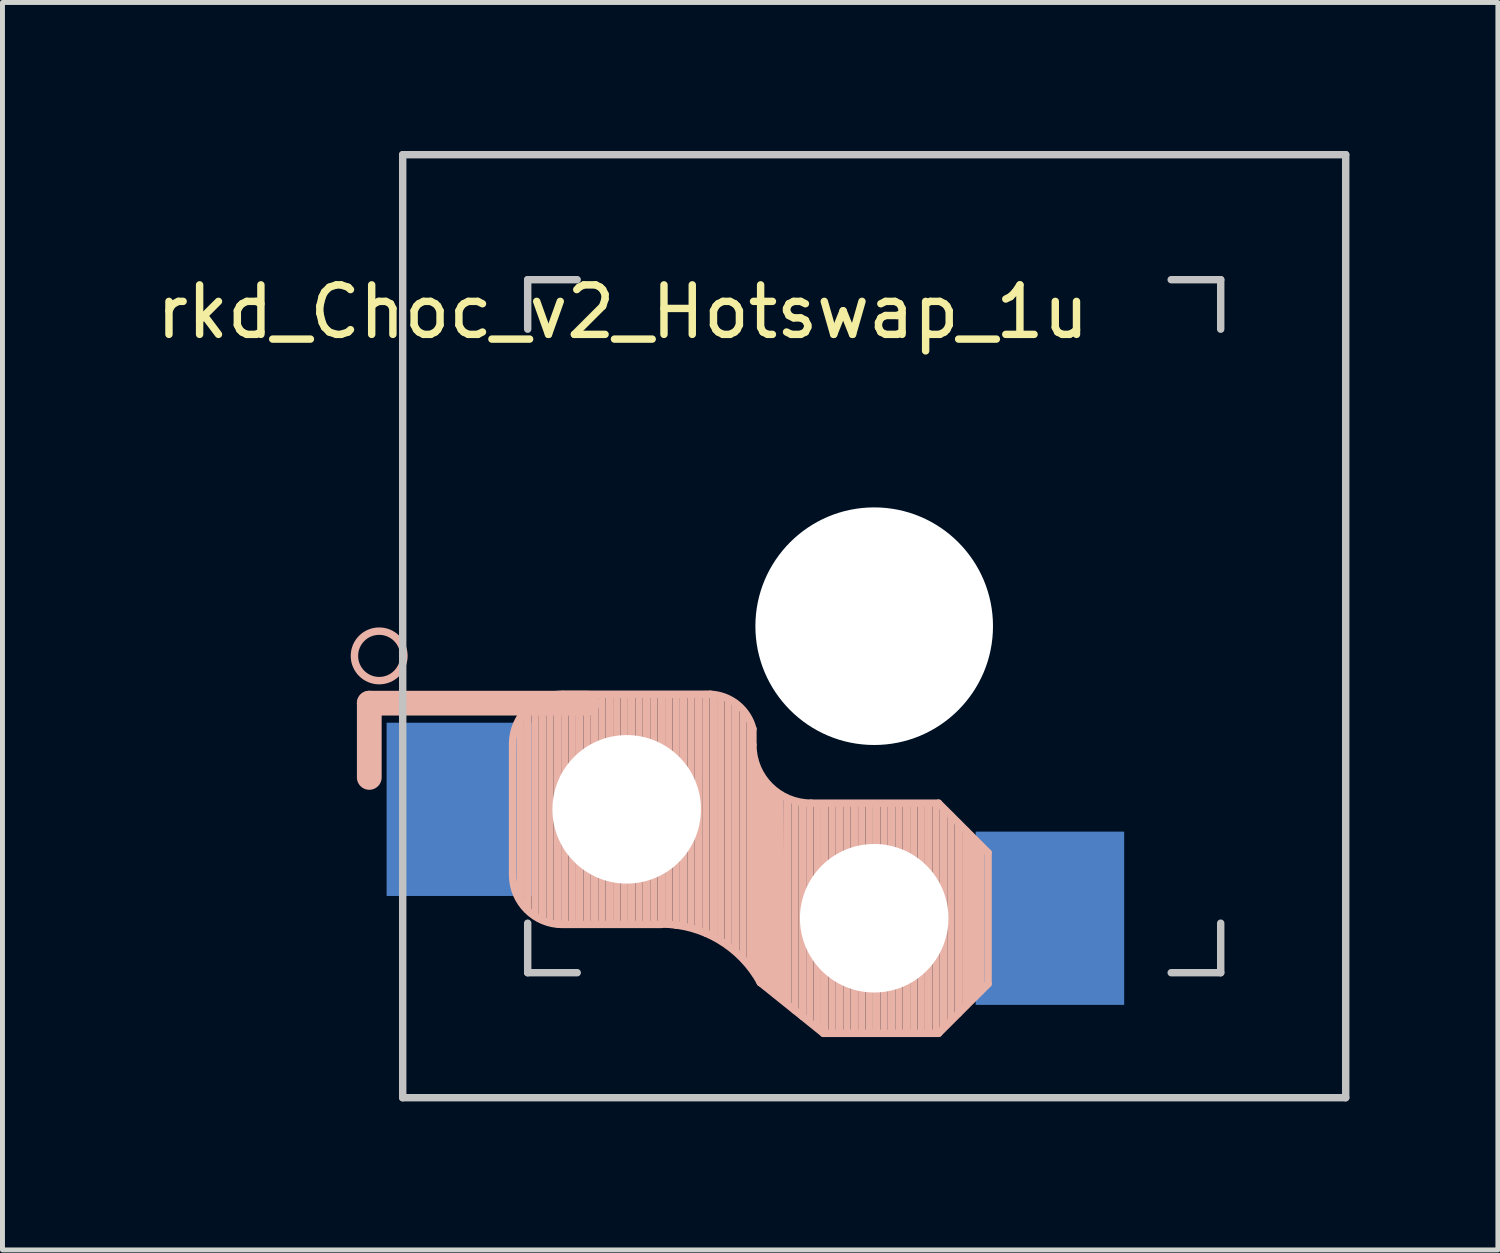
<source format=kicad_pcb>
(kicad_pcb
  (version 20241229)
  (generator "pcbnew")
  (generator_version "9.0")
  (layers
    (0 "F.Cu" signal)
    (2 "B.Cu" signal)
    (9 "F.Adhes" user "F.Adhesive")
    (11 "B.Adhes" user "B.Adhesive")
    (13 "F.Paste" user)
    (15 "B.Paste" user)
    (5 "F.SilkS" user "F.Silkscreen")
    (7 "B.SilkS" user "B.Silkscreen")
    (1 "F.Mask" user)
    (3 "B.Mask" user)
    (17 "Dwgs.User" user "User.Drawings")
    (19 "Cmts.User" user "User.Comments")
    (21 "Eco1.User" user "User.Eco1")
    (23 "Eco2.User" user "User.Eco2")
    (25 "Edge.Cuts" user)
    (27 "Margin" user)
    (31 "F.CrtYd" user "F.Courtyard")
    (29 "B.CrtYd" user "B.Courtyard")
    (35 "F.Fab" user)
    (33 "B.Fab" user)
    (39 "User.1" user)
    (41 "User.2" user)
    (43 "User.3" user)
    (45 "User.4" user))
  (footprint "rkd_Choc_v2_Hotswap_1u"
    (layer "F.Cu")
    (at 14.61 9.6)
    (property "Reference" "rkd_Choc_v2_Hotswap_1u" (at -5.08 -6.35 180) (layer "F.SilkS") (effects (font (size 1 1) (thickness 0.15))))
    (attr through_hole)
    (fp_line (start -10.2 1.555) (end -10.2 3.055) (stroke (width 0.5) (type default)) (layer "B.SilkS"))
    (fp_line (start -7.305 2.375) (end -7.305 5.025) (stroke (width 0.15) (type solid)) (layer "B.SilkS"))
    (fp_line (start -7.15 5.53) (end -7.15 1.85) (stroke (width 0.15) (type solid)) (layer "B.SilkS"))
    (fp_line (start -7 5.7) (end -7 1.73) (stroke (width 0.15) (type solid)) (layer "B.SilkS"))
    (fp_line (start -6.85 5.84) (end -6.85 1.7) (stroke (width 0.15) (type solid)) (layer "B.SilkS"))
    (fp_line (start -6.7 5.92) (end -6.7 1.8) (stroke (width 0.15) (type solid)) (layer "B.SilkS"))
    (fp_line (start -6.55 5.97) (end -6.55 1.65) (stroke (width 0.15) (type solid)) (layer "B.SilkS"))
    (fp_line (start -6.4 6.01) (end -6.4 1.5) (stroke (width 0.15) (type solid)) (layer "B.SilkS"))
    (fp_line (start -6.25 6) (end -6.25 1.4) (stroke (width 0.15) (type solid)) (layer "B.SilkS"))
    (fp_line (start -6.1 6) (end -6.1 1.4) (stroke (width 0.15) (type solid)) (layer "B.SilkS"))
    (fp_line (start -5.95 6) (end -5.95 1.4) (stroke (width 0.15) (type solid)) (layer "B.SilkS"))
    (fp_line (start -5.8 1.555) (end -10.2 1.555) (stroke (width 0.5) (type default)) (layer "B.SilkS"))
    (fp_line (start -5.8 6) (end -5.8 1.4) (stroke (width 0.15) (type solid)) (layer "B.SilkS"))
    (fp_line (start -5.65 6) (end -5.65 1.4) (stroke (width 0.15) (type solid)) (layer "B.SilkS"))
    (fp_line (start -5.5 6) (end -5.5 1.4) (stroke (width 0.15) (type solid)) (layer "B.SilkS"))
    (fp_line (start -5.35 6) (end -5.35 1.4) (stroke (width 0.15) (type solid)) (layer "B.SilkS"))
    (fp_line (start -5.2 6) (end -5.2 1.4) (stroke (width 0.15) (type solid)) (layer "B.SilkS"))
    (fp_line (start -5.05 6) (end -5.05 1.4) (stroke (width 0.15) (type solid)) (layer "B.SilkS"))
    (fp_line (start -4.9 6) (end -4.9 1.4) (stroke (width 0.15) (type solid)) (layer "B.SilkS"))
    (fp_line (start -4.75 6) (end -4.75 1.4) (stroke (width 0.15) (type solid)) (layer "B.SilkS"))
    (fp_line (start -4.6 6) (end -4.6 1.4) (stroke (width 0.15) (type solid)) (layer "B.SilkS"))
    (fp_line (start -4.45 6) (end -4.45 1.4) (stroke (width 0.15) (type solid)) (layer "B.SilkS"))
    (fp_line (start -4.3 6) (end -4.3 1.4) (stroke (width 0.15) (type solid)) (layer "B.SilkS"))
    (fp_line (start -4.3 6.025) (end -6.275 6.025) (stroke (width 0.15) (type solid)) (layer "B.SilkS"))
    (fp_line (start -4.15 6) (end -4.15 1.45) (stroke (width 0.15) (type solid)) (layer "B.SilkS"))
    (fp_line (start -4 6.04) (end -4 1.4) (stroke (width 0.15) (type solid)) (layer "B.SilkS"))
    (fp_line (start -3.85 6.05) (end -3.85 1.4) (stroke (width 0.15) (type solid)) (layer "B.SilkS"))
    (fp_line (start -3.7 6.05) (end -3.7 1.45) (stroke (width 0.15) (type solid)) (layer "B.SilkS"))
    (fp_line (start -3.55 6.1) (end -3.55 1.39) (stroke (width 0.15) (type solid)) (layer "B.SilkS"))
    (fp_line (start -3.4 6.2) (end -3.4 1.38) (stroke (width 0.15) (type solid)) (layer "B.SilkS"))
    (fp_line (start -3.311 1.375) (end -6.275 1.375) (stroke (width 0.15) (type solid)) (layer "B.SilkS"))
    (fp_line (start -3.25 6.25) (end -3.25 1.4) (stroke (width 0.15) (type solid)) (layer "B.SilkS"))
    (fp_line (start -3.1 6.35) (end -3.1 1.43) (stroke (width 0.15) (type solid)) (layer "B.SilkS"))
    (fp_line (start -2.95 6.45) (end -2.95 1.48) (stroke (width 0.15) (type solid)) (layer "B.SilkS"))
    (fp_line (start -2.8 6.55) (end -2.8 1.56) (stroke (width 0.15) (type solid)) (layer "B.SilkS"))
    (fp_line (start -2.65 6.7) (end -2.65 1.75) (stroke (width 0.15) (type solid)) (layer "B.SilkS"))
    (fp_line (start -2.5 6.85) (end -2.5 1.95) (stroke (width 0.15) (type solid)) (layer "B.SilkS"))
    (fp_line (start -2.45 2.4) (end -2.45 2.077) (stroke (width 0.15) (type default)) (layer "B.SilkS"))
    (fp_line (start -2.4 7.02) (end -2.4 2.9) (stroke (width 0.15) (type solid)) (layer "B.SilkS"))
    (fp_line (start -2.3 7.2) (end -2.3 3.05) (stroke (width 0.15) (type solid)) (layer "B.SilkS"))
    (fp_line (start -2.3 7.2) (end -1.025 8.225) (stroke (width 0.15) (type solid)) (layer "B.SilkS"))
    (fp_line (start -2.2 7.27) (end -2.2 3.25) (stroke (width 0.15) (type solid)) (layer "B.SilkS"))
    (fp_line (start -2.1 7.35) (end -2.1 3.35) (stroke (width 0.15) (type solid)) (layer "B.SilkS"))
    (fp_line (start -2 7.43) (end -2 3.4) (stroke (width 0.15) (type solid)) (layer "B.SilkS"))
    (fp_line (start -1.89 7.52) (end -1.9 3.45) (stroke (width 0.15) (type solid)) (layer "B.SilkS"))
    (fp_line (start -1.75 7.62) (end -1.75 3.5) (stroke (width 0.15) (type solid)) (layer "B.SilkS"))
    (fp_line (start -1.6 7.76) (end -1.6 3.6) (stroke (width 0.15) (type solid)) (layer "B.SilkS"))
    (fp_line (start -1.45 7.88) (end -1.45 3.6) (stroke (width 0.15) (type solid)) (layer "B.SilkS"))
    (fp_line (start -1.3 7.99) (end -1.3 3.6) (stroke (width 0.15) (type solid)) (layer "B.SilkS"))
    (fp_line (start -1.15 8.11) (end -1.15 3.65) (stroke (width 0.15) (type solid)) (layer "B.SilkS"))
    (fp_line (start -1 8.2) (end -1 3.6) (stroke (width 0.15) (type solid)) (layer "B.SilkS"))
    (fp_line (start -0.85 8.2) (end -0.85 3.6) (stroke (width 0.15) (type solid)) (layer "B.SilkS"))
    (fp_line (start -0.7 8.2) (end -0.7 3.6) (stroke (width 0.15) (type solid)) (layer "B.SilkS"))
    (fp_line (start -0.55 8.2) (end -0.55 3.6) (stroke (width 0.15) (type solid)) (layer "B.SilkS"))
    (fp_line (start -0.4 8.2) (end -0.4 3.6) (stroke (width 0.15) (type solid)) (layer "B.SilkS"))
    (fp_line (start -0.25 8.2) (end -0.25 3.6) (stroke (width 0.15) (type solid)) (layer "B.SilkS"))
    (fp_line (start -0.1 8.2) (end -0.1 3.6) (stroke (width 0.15) (type solid)) (layer "B.SilkS"))
    (fp_line (start 0.05 8.2) (end 0.05 3.6) (stroke (width 0.15) (type solid)) (layer "B.SilkS"))
    (fp_line (start 0.2 8.2) (end 0.2 3.6) (stroke (width 0.15) (type solid)) (layer "B.SilkS"))
    (fp_line (start 0.35 8.2) (end 0.35 3.6) (stroke (width 0.15) (type solid)) (layer "B.SilkS"))
    (fp_line (start 0.5 8.2) (end 0.5 3.6) (stroke (width 0.15) (type solid)) (layer "B.SilkS"))
    (fp_line (start 0.65 8.2) (end 0.65 3.6) (stroke (width 0.15) (type solid)) (layer "B.SilkS"))
    (fp_line (start 0.8 8.2) (end 0.8 3.6) (stroke (width 0.15) (type solid)) (layer "B.SilkS"))
    (fp_line (start 0.95 8.2) (end 0.95 3.6) (stroke (width 0.15) (type solid)) (layer "B.SilkS"))
    (fp_line (start 1.1 8.2) (end 1.1 3.6) (stroke (width 0.15) (type solid)) (layer "B.SilkS"))
    (fp_line (start 1.25 8.2) (end 1.25 3.6) (stroke (width 0.15) (type solid)) (layer "B.SilkS"))
    (fp_line (start 1.3 3.575) (end -1.275 3.575) (stroke (width 0.15) (type solid)) (layer "B.SilkS"))
    (fp_line (start 1.3 8.225) (end -1.025 8.225) (stroke (width 0.15) (type solid)) (layer "B.SilkS"))
    (fp_line (start 1.4 8.09) (end 1.4 3.7) (stroke (width 0.15) (type solid)) (layer "B.SilkS"))
    (fp_line (start 1.55 7.95) (end 1.55 3.83) (stroke (width 0.15) (type solid)) (layer "B.SilkS"))
    (fp_line (start 1.7 7.82) (end 1.7 3.99) (stroke (width 0.15) (type solid)) (layer "B.SilkS"))
    (fp_line (start 1.85 7.66) (end 1.85 4.13) (stroke (width 0.15) (type solid)) (layer "B.SilkS"))
    (fp_line (start 1.95 7.56) (end 1.95 4.23) (stroke (width 0.15) (type solid)) (layer "B.SilkS"))
    (fp_line (start 2.05 7.45) (end 2.05 4.33) (stroke (width 0.15) (type solid)) (layer "B.SilkS"))
    (fp_line (start 2.15 7.37) (end 2.15 4.44) (stroke (width 0.15) (type solid)) (layer "B.SilkS"))
    (fp_line (start 2.3 4.575) (end 1.3 3.575) (stroke (width 0.15) (type solid)) (layer "B.SilkS"))
    (fp_line (start 2.3 4.575) (end 2.3 7.225) (stroke (width 0.15) (type solid)) (layer "B.SilkS"))
    (fp_line (start 2.3 7.225) (end 1.3 8.225) (stroke (width 0.15) (type solid)) (layer "B.SilkS"))
    (fp_arc (start -7.305 2.375) (mid -7.012107 1.667893) (end -6.305 1.375) (stroke (width 0.15) (type solid)) (layer "B.SilkS"))
    (fp_arc (start -6.305 6.025) (mid -7.012107 5.732107) (end -7.305 5.025) (stroke (width 0.15) (type solid)) (layer "B.SilkS"))
    (fp_arc (start -4.3 6.017458) (mid -3.138277 6.335211) (end -2.3 7.2) (stroke (width 0.15) (type solid)) (layer "B.SilkS"))
    (fp_arc (start -3.311204 1.375) (mid -2.763915 1.58277) (end -2.45 2.076887) (stroke (width 0.15) (type solid)) (layer "B.SilkS"))
    (fp_arc (start -1.275 3.575) (mid -2.10585 3.23085) (end -2.45 2.4) (stroke (width 0.15) (type solid)) (layer "B.SilkS"))
    (fp_circle (center -10 0.6) (end -9.5 0.6) (stroke (width 0.15) (type default)) (fill no) (layer "B.SilkS"))
    (fp_line (start -9.525 -9.525) (end 9.525 -9.525) (stroke (width 0.15) (type solid)) (layer "Dwgs.User"))
    (fp_line (start -9.525 9.525) (end -9.525 -9.525) (stroke (width 0.15) (type solid)) (layer "Dwgs.User"))
    (fp_line (start -7 -7) (end -6 -7) (stroke (width 0.15) (type solid)) (layer "Dwgs.User"))
    (fp_line (start -7 -6) (end -7 -7) (stroke (width 0.15) (type solid)) (layer "Dwgs.User"))
    (fp_line (start -7 7) (end -7 6) (stroke (width 0.15) (type solid)) (layer "Dwgs.User"))
    (fp_line (start -6 7) (end -7 7) (stroke (width 0.15) (type solid)) (layer "Dwgs.User"))
    (fp_line (start 6 7) (end 7 7) (stroke (width 0.15) (type solid)) (layer "Dwgs.User"))
    (fp_line (start 7 -7) (end 6 -7) (stroke (width 0.15) (type solid)) (layer "Dwgs.User"))
    (fp_line (start 7 -6) (end 7 -7) (stroke (width 0.15) (type solid)) (layer "Dwgs.User"))
    (fp_line (start 7 7) (end 7 6) (stroke (width 0.15) (type solid)) (layer "Dwgs.User"))
    (fp_line (start 9.525 -9.525) (end 9.525 9.525) (stroke (width 0.15) (type solid)) (layer "Dwgs.User"))
    (fp_line (start 9.525 9.525) (end -9.525 9.525) (stroke (width 0.15) (type solid)) (layer "Dwgs.User"))
    (pad "" np_thru_hole circle (at -5 3.7 90) (size 3 3) (drill 3) (layers "*.Cu" "*.Mask"))
    (pad "" np_thru_hole circle (at 0 0 90) (size 4.8 4.8) (drill 4.8) (layers "*.Cu" "*.Mask"))
    (pad "" np_thru_hole circle (at 0 5.9 90) (size 3 3) (drill 3) (layers "*.Cu" "*.Mask"))
    (pad "1" smd rect (at -8.35 3.7 180) (size 3 3.5) (layers "B.Cu" "B.Mask" "B.Paste"))
    (pad "2" smd rect (at 3.55 5.9 180) (size 3 3.5) (layers "B.Cu" "B.Mask" "B.Paste")))
  (gr_rect
    (start -3 -3)
    (end 27.21 22.2)
    (stroke (width 0.1) (type default))
    (fill no)
    (layer "Edge.Cuts")))
</source>
